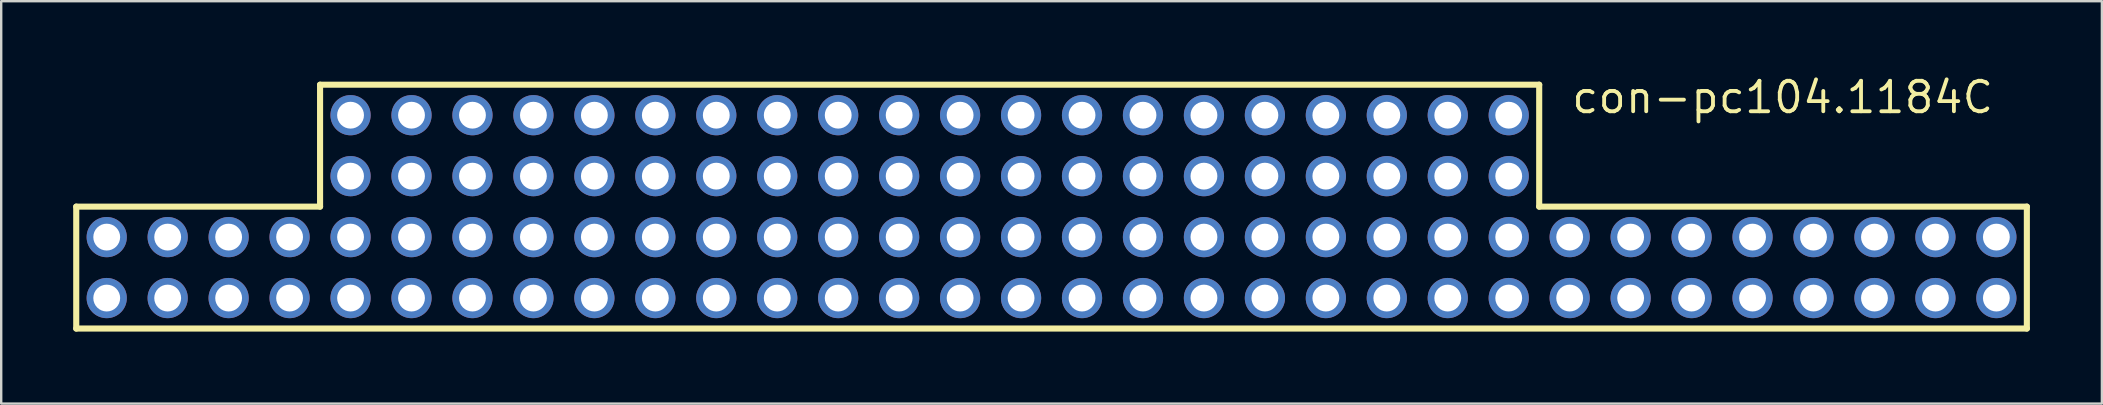
<source format=kicad_pcb>
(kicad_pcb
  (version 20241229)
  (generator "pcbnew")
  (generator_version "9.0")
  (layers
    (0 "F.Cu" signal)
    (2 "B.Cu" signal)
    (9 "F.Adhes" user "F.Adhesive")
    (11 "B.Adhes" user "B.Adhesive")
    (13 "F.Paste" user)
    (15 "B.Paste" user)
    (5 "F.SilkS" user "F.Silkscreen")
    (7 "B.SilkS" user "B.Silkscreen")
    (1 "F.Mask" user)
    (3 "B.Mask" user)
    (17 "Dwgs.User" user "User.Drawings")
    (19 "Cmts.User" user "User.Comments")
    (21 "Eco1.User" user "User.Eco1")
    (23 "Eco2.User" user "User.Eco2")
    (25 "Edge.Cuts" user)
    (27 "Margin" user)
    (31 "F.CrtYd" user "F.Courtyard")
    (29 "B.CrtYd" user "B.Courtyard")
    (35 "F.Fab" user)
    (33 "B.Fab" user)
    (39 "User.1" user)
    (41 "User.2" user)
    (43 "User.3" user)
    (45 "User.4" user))
  (footprint "con-pc104.1184C"
    (layer "F.Cu")
    (at 40.767 5.56)
    (property "Reference" "con-pc104.1184C" (at 21.59 -3.81 0) (layer "F.SilkS") (effects (font (size 1.27 1.27) (thickness 0.16)) (justify left bottom)))
    (attr through_hole)
    (fp_line (start -40.64 0) (end -30.48 0) (stroke (width 0.254) (type default)) (layer "F.SilkS"))
    (fp_line (start -40.64 5.08) (end -40.64 0) (stroke (width 0.254) (type default)) (layer "F.SilkS"))
    (fp_line (start -30.48 -5.08) (end 20.32 -5.08) (stroke (width 0.254) (type default)) (layer "F.SilkS"))
    (fp_line (start -30.48 0) (end -30.48 -5.08) (stroke (width 0.254) (type default)) (layer "F.SilkS"))
    (fp_line (start 20.32 -5.08) (end 20.32 0) (stroke (width 0.254) (type default)) (layer "F.SilkS"))
    (fp_line (start 20.32 0) (end 40.64 0) (stroke (width 0.254) (type default)) (layer "F.SilkS"))
    (fp_line (start 40.64 0) (end 40.64 5.08) (stroke (width 0.254) (type default)) (layer "F.SilkS"))
    (fp_line (start 40.64 5.08) (end -40.64 5.08) (stroke (width 0.254) (type default)) (layer "F.SilkS"))
    (pad "A1" thru_hole circle (at -39.37 1.27) (size 1.676 1.676) (drill 1.118) (layers "*.Cu" "*.Mask"))
    (pad "A2" thru_hole circle (at -36.83 1.27) (size 1.676 1.676) (drill 1.118) (layers "*.Cu" "*.Mask"))
    (pad "A3" thru_hole circle (at -34.29 1.27) (size 1.676 1.676) (drill 1.118) (layers "*.Cu" "*.Mask"))
    (pad "A4" thru_hole circle (at -31.75 1.27) (size 1.676 1.676) (drill 1.118) (layers "*.Cu" "*.Mask"))
    (pad "A5" thru_hole circle (at -29.21 1.27) (size 1.676 1.676) (drill 1.118) (layers "*.Cu" "*.Mask"))
    (pad "A6" thru_hole circle (at -26.67 1.27) (size 1.676 1.676) (drill 1.118) (layers "*.Cu" "*.Mask"))
    (pad "A7" thru_hole circle (at -24.13 1.27) (size 1.676 1.676) (drill 1.118) (layers "*.Cu" "*.Mask"))
    (pad "A8" thru_hole circle (at -21.59 1.27) (size 1.676 1.676) (drill 1.118) (layers "*.Cu" "*.Mask"))
    (pad "A9" thru_hole circle (at -19.05 1.27) (size 1.676 1.676) (drill 1.118) (layers "*.Cu" "*.Mask"))
    (pad "A10" thru_hole circle (at -16.51 1.27) (size 1.676 1.676) (drill 1.118) (layers "*.Cu" "*.Mask"))
    (pad "A11" thru_hole circle (at -13.97 1.27) (size 1.676 1.676) (drill 1.118) (layers "*.Cu" "*.Mask"))
    (pad "A12" thru_hole circle (at -11.43 1.27) (size 1.676 1.676) (drill 1.118) (layers "*.Cu" "*.Mask"))
    (pad "A13" thru_hole circle (at -8.89 1.27) (size 1.676 1.676) (drill 1.118) (layers "*.Cu" "*.Mask"))
    (pad "A14" thru_hole circle (at -6.35 1.27) (size 1.676 1.676) (drill 1.118) (layers "*.Cu" "*.Mask"))
    (pad "A15" thru_hole circle (at -3.81 1.27) (size 1.676 1.676) (drill 1.118) (layers "*.Cu" "*.Mask"))
    (pad "A16" thru_hole circle (at -1.27 1.27) (size 1.676 1.676) (drill 1.118) (layers "*.Cu" "*.Mask"))
    (pad "A17" thru_hole circle (at 1.27 1.27) (size 1.676 1.676) (drill 1.118) (layers "*.Cu" "*.Mask"))
    (pad "A18" thru_hole circle (at 3.81 1.27) (size 1.676 1.676) (drill 1.118) (layers "*.Cu" "*.Mask"))
    (pad "A19" thru_hole circle (at 6.35 1.27) (size 1.676 1.676) (drill 1.118) (layers "*.Cu" "*.Mask"))
    (pad "A20" thru_hole circle (at 8.89 1.27) (size 1.676 1.676) (drill 1.118) (layers "*.Cu" "*.Mask"))
    (pad "A21" thru_hole circle (at 11.43 1.27) (size 1.676 1.676) (drill 1.118) (layers "*.Cu" "*.Mask"))
    (pad "A22" thru_hole circle (at 13.97 1.27) (size 1.676 1.676) (drill 1.118) (layers "*.Cu" "*.Mask"))
    (pad "A23" thru_hole circle (at 16.51 1.27) (size 1.676 1.676) (drill 1.118) (layers "*.Cu" "*.Mask"))
    (pad "A24" thru_hole circle (at 19.05 1.27) (size 1.676 1.676) (drill 1.118) (layers "*.Cu" "*.Mask"))
    (pad "A25" thru_hole circle (at 21.59 1.27) (size 1.676 1.676) (drill 1.118) (layers "*.Cu" "*.Mask"))
    (pad "A26" thru_hole circle (at 24.13 1.27) (size 1.676 1.676) (drill 1.118) (layers "*.Cu" "*.Mask"))
    (pad "A27" thru_hole circle (at 26.67 1.27) (size 1.676 1.676) (drill 1.118) (layers "*.Cu" "*.Mask"))
    (pad "A28" thru_hole circle (at 29.21 1.27) (size 1.676 1.676) (drill 1.118) (layers "*.Cu" "*.Mask"))
    (pad "A29" thru_hole circle (at 31.75 1.27) (size 1.676 1.676) (drill 1.118) (layers "*.Cu" "*.Mask"))
    (pad "A30" thru_hole circle (at 34.29 1.27) (size 1.676 1.676) (drill 1.118) (layers "*.Cu" "*.Mask"))
    (pad "A31" thru_hole circle (at 36.83 1.27) (size 1.676 1.676) (drill 1.118) (layers "*.Cu" "*.Mask"))
    (pad "A32" thru_hole circle (at 39.37 1.27) (size 1.676 1.676) (drill 1.118) (layers "*.Cu" "*.Mask"))
    (pad "A33" thru_hole circle (at -29.21 -3.81) (size 1.676 1.676) (drill 1.118) (layers "*.Cu" "*.Mask"))
    (pad "A34" thru_hole circle (at -26.67 -3.81) (size 1.676 1.676) (drill 1.118) (layers "*.Cu" "*.Mask"))
    (pad "A35" thru_hole circle (at -24.13 -3.81) (size 1.676 1.676) (drill 1.118) (layers "*.Cu" "*.Mask"))
    (pad "A36" thru_hole circle (at -21.59 -3.81) (size 1.676 1.676) (drill 1.118) (layers "*.Cu" "*.Mask"))
    (pad "A37" thru_hole circle (at -19.05 -3.81) (size 1.676 1.676) (drill 1.118) (layers "*.Cu" "*.Mask"))
    (pad "A38" thru_hole circle (at -16.51 -3.81) (size 1.676 1.676) (drill 1.118) (layers "*.Cu" "*.Mask"))
    (pad "A39" thru_hole circle (at -13.97 -3.81) (size 1.676 1.676) (drill 1.118) (layers "*.Cu" "*.Mask"))
    (pad "A40" thru_hole circle (at -11.43 -3.81) (size 1.676 1.676) (drill 1.118) (layers "*.Cu" "*.Mask"))
    (pad "A41" thru_hole circle (at -8.89 -3.81) (size 1.676 1.676) (drill 1.118) (layers "*.Cu" "*.Mask"))
    (pad "A42" thru_hole circle (at -6.35 -3.81) (size 1.676 1.676) (drill 1.118) (layers "*.Cu" "*.Mask"))
    (pad "A43" thru_hole circle (at -3.81 -3.81) (size 1.676 1.676) (drill 1.118) (layers "*.Cu" "*.Mask"))
    (pad "A44" thru_hole circle (at -1.27 -3.81) (size 1.676 1.676) (drill 1.118) (layers "*.Cu" "*.Mask"))
    (pad "A45" thru_hole circle (at 1.27 -3.81) (size 1.676 1.676) (drill 1.118) (layers "*.Cu" "*.Mask"))
    (pad "A46" thru_hole circle (at 3.81 -3.81) (size 1.676 1.676) (drill 1.118) (layers "*.Cu" "*.Mask"))
    (pad "A47" thru_hole circle (at 6.35 -3.81) (size 1.676 1.676) (drill 1.118) (layers "*.Cu" "*.Mask"))
    (pad "A48" thru_hole circle (at 8.89 -3.81) (size 1.676 1.676) (drill 1.118) (layers "*.Cu" "*.Mask"))
    (pad "A49" thru_hole circle (at 11.43 -3.81) (size 1.676 1.676) (drill 1.118) (layers "*.Cu" "*.Mask"))
    (pad "A50" thru_hole circle (at 13.97 -3.81) (size 1.676 1.676) (drill 1.118) (layers "*.Cu" "*.Mask"))
    (pad "A51" thru_hole circle (at 16.51 -3.81) (size 1.676 1.676) (drill 1.118) (layers "*.Cu" "*.Mask"))
    (pad "A52" thru_hole circle (at 19.05 -3.81) (size 1.676 1.676) (drill 1.118) (layers "*.Cu" "*.Mask"))
    (pad "B1" thru_hole circle (at -39.37 3.81) (size 1.676 1.676) (drill 1.118) (layers "*.Cu" "*.Mask"))
    (pad "B2" thru_hole circle (at -36.83 3.81) (size 1.676 1.676) (drill 1.118) (layers "*.Cu" "*.Mask"))
    (pad "B3" thru_hole circle (at -34.29 3.81) (size 1.676 1.676) (drill 1.118) (layers "*.Cu" "*.Mask"))
    (pad "B4" thru_hole circle (at -31.75 3.81) (size 1.676 1.676) (drill 1.118) (layers "*.Cu" "*.Mask"))
    (pad "B5" thru_hole circle (at -29.21 3.81) (size 1.676 1.676) (drill 1.118) (layers "*.Cu" "*.Mask"))
    (pad "B6" thru_hole circle (at -26.67 3.81) (size 1.676 1.676) (drill 1.118) (layers "*.Cu" "*.Mask"))
    (pad "B7" thru_hole circle (at -24.13 3.81) (size 1.676 1.676) (drill 1.118) (layers "*.Cu" "*.Mask"))
    (pad "B8" thru_hole circle (at -21.59 3.81) (size 1.676 1.676) (drill 1.118) (layers "*.Cu" "*.Mask"))
    (pad "B9" thru_hole circle (at -19.05 3.81) (size 1.676 1.676) (drill 1.118) (layers "*.Cu" "*.Mask"))
    (pad "B10" thru_hole circle (at -16.51 3.81) (size 1.676 1.676) (drill 1.118) (layers "*.Cu" "*.Mask"))
    (pad "B11" thru_hole circle (at -13.97 3.81) (size 1.676 1.676) (drill 1.118) (layers "*.Cu" "*.Mask"))
    (pad "B12" thru_hole circle (at -11.43 3.81) (size 1.676 1.676) (drill 1.118) (layers "*.Cu" "*.Mask"))
    (pad "B13" thru_hole circle (at -8.89 3.81) (size 1.676 1.676) (drill 1.118) (layers "*.Cu" "*.Mask"))
    (pad "B14" thru_hole circle (at -6.35 3.81) (size 1.676 1.676) (drill 1.118) (layers "*.Cu" "*.Mask"))
    (pad "B15" thru_hole circle (at -3.81 3.81) (size 1.676 1.676) (drill 1.118) (layers "*.Cu" "*.Mask"))
    (pad "B16" thru_hole circle (at -1.27 3.81) (size 1.676 1.676) (drill 1.118) (layers "*.Cu" "*.Mask"))
    (pad "B17" thru_hole circle (at 1.27 3.81) (size 1.676 1.676) (drill 1.118) (layers "*.Cu" "*.Mask"))
    (pad "B18" thru_hole circle (at 3.81 3.81) (size 1.676 1.676) (drill 1.118) (layers "*.Cu" "*.Mask"))
    (pad "B19" thru_hole circle (at 6.35 3.81) (size 1.676 1.676) (drill 1.118) (layers "*.Cu" "*.Mask"))
    (pad "B20" thru_hole circle (at 8.89 3.81) (size 1.676 1.676) (drill 1.118) (layers "*.Cu" "*.Mask"))
    (pad "B21" thru_hole circle (at 11.43 3.81) (size 1.676 1.676) (drill 1.118) (layers "*.Cu" "*.Mask"))
    (pad "B22" thru_hole circle (at 13.97 3.81) (size 1.676 1.676) (drill 1.118) (layers "*.Cu" "*.Mask"))
    (pad "B23" thru_hole circle (at 16.51 3.81) (size 1.676 1.676) (drill 1.118) (layers "*.Cu" "*.Mask"))
    (pad "B24" thru_hole circle (at 19.05 3.81) (size 1.676 1.676) (drill 1.118) (layers "*.Cu" "*.Mask"))
    (pad "B25" thru_hole circle (at 21.59 3.81) (size 1.676 1.676) (drill 1.118) (layers "*.Cu" "*.Mask"))
    (pad "B26" thru_hole circle (at 24.13 3.81) (size 1.676 1.676) (drill 1.118) (layers "*.Cu" "*.Mask"))
    (pad "B27" thru_hole circle (at 26.67 3.81) (size 1.676 1.676) (drill 1.118) (layers "*.Cu" "*.Mask"))
    (pad "B28" thru_hole circle (at 29.21 3.81) (size 1.676 1.676) (drill 1.118) (layers "*.Cu" "*.Mask"))
    (pad "B29" thru_hole circle (at 31.75 3.81) (size 1.676 1.676) (drill 1.118) (layers "*.Cu" "*.Mask"))
    (pad "B30" thru_hole circle (at 34.29 3.81) (size 1.676 1.676) (drill 1.118) (layers "*.Cu" "*.Mask"))
    (pad "B31" thru_hole circle (at 36.83 3.81) (size 1.676 1.676) (drill 1.118) (layers "*.Cu" "*.Mask"))
    (pad "B32" thru_hole circle (at 39.37 3.81) (size 1.676 1.676) (drill 1.118) (layers "*.Cu" "*.Mask"))
    (pad "B33" thru_hole circle (at -29.21 -1.27) (size 1.676 1.676) (drill 1.118) (layers "*.Cu" "*.Mask"))
    (pad "B34" thru_hole circle (at -26.67 -1.27) (size 1.676 1.676) (drill 1.118) (layers "*.Cu" "*.Mask"))
    (pad "B35" thru_hole circle (at -24.13 -1.27) (size 1.676 1.676) (drill 1.118) (layers "*.Cu" "*.Mask"))
    (pad "B36" thru_hole circle (at -21.59 -1.27) (size 1.676 1.676) (drill 1.118) (layers "*.Cu" "*.Mask"))
    (pad "B37" thru_hole circle (at -19.05 -1.27) (size 1.676 1.676) (drill 1.118) (layers "*.Cu" "*.Mask"))
    (pad "B38" thru_hole circle (at -16.51 -1.27) (size 1.676 1.676) (drill 1.118) (layers "*.Cu" "*.Mask"))
    (pad "B39" thru_hole circle (at -13.97 -1.27) (size 1.676 1.676) (drill 1.118) (layers "*.Cu" "*.Mask"))
    (pad "B40" thru_hole circle (at -11.43 -1.27) (size 1.676 1.676) (drill 1.118) (layers "*.Cu" "*.Mask"))
    (pad "B41" thru_hole circle (at -8.89 -1.27) (size 1.676 1.676) (drill 1.118) (layers "*.Cu" "*.Mask"))
    (pad "B42" thru_hole circle (at -6.35 -1.27) (size 1.676 1.676) (drill 1.118) (layers "*.Cu" "*.Mask"))
    (pad "B43" thru_hole circle (at -3.81 -1.27) (size 1.676 1.676) (drill 1.118) (layers "*.Cu" "*.Mask"))
    (pad "B44" thru_hole circle (at -1.27 -1.27) (size 1.676 1.676) (drill 1.118) (layers "*.Cu" "*.Mask"))
    (pad "B45" thru_hole circle (at 1.27 -1.27) (size 1.676 1.676) (drill 1.118) (layers "*.Cu" "*.Mask"))
    (pad "B46" thru_hole circle (at 3.81 -1.27) (size 1.676 1.676) (drill 1.118) (layers "*.Cu" "*.Mask"))
    (pad "B47" thru_hole circle (at 6.35 -1.27) (size 1.676 1.676) (drill 1.118) (layers "*.Cu" "*.Mask"))
    (pad "B48" thru_hole circle (at 8.89 -1.27) (size 1.676 1.676) (drill 1.118) (layers "*.Cu" "*.Mask"))
    (pad "B49" thru_hole circle (at 11.43 -1.27) (size 1.676 1.676) (drill 1.118) (layers "*.Cu" "*.Mask"))
    (pad "B50" thru_hole circle (at 13.97 -1.27) (size 1.676 1.676) (drill 1.118) (layers "*.Cu" "*.Mask"))
    (pad "B51" thru_hole circle (at 16.51 -1.27) (size 1.676 1.676) (drill 1.118) (layers "*.Cu" "*.Mask"))
    (pad "B52" thru_hole circle (at 19.05 -1.27) (size 1.676 1.676) (drill 1.118) (layers "*.Cu" "*.Mask")))
  (gr_rect
    (start -3 -3)
    (end 84.534 13.767)
    (stroke (width 0.1) (type default))
    (fill no)
    (layer "Edge.Cuts")))
</source>
